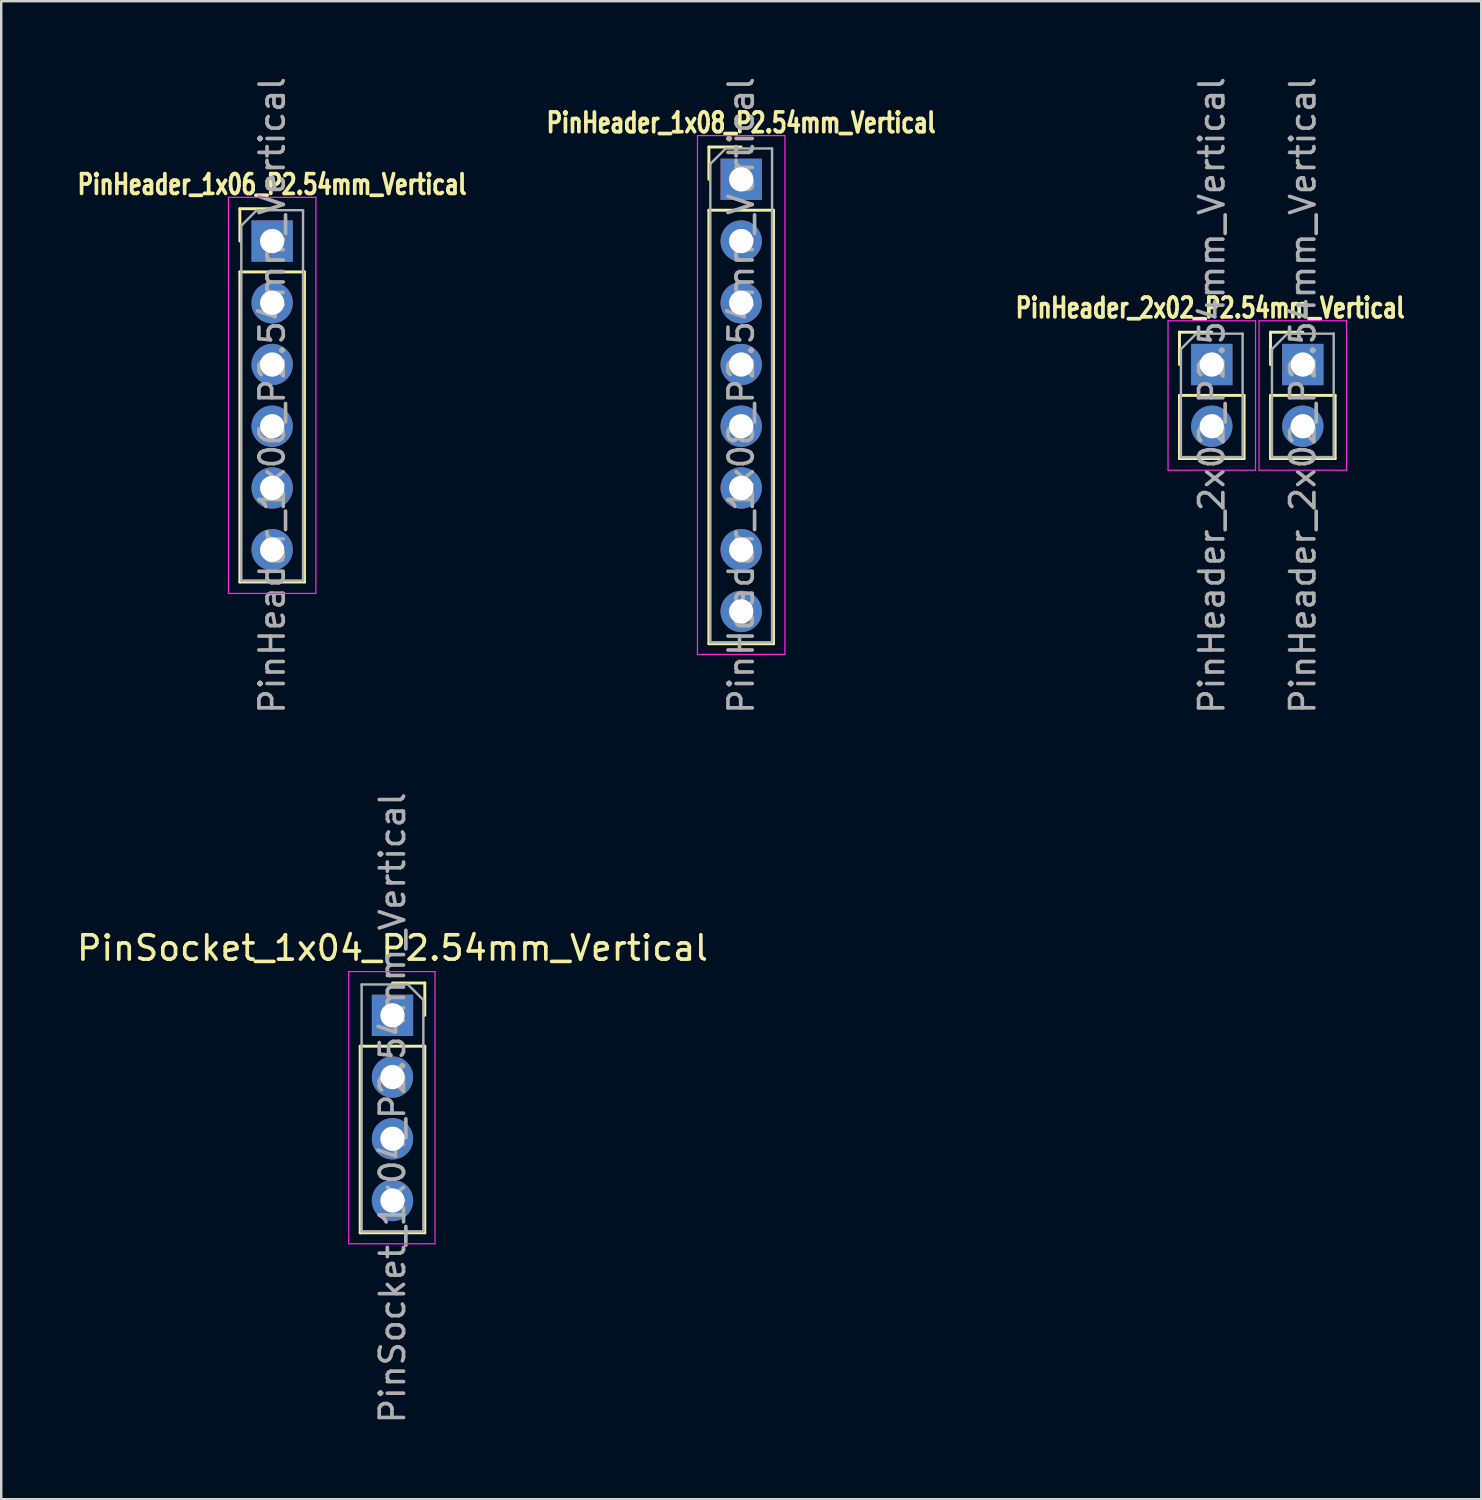
<source format=kicad_pcb>
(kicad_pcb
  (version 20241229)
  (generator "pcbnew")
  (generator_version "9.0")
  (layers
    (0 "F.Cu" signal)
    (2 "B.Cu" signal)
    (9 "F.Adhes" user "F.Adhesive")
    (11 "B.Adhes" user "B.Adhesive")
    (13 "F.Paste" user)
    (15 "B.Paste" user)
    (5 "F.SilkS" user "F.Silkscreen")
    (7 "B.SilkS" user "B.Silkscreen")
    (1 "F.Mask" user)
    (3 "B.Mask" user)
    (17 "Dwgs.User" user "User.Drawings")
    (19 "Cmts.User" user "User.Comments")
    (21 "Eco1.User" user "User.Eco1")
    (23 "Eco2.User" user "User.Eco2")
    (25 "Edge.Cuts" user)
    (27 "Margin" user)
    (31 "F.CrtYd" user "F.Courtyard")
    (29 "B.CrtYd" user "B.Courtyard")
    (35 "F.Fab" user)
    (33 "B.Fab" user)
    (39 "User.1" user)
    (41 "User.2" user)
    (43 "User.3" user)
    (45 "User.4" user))
  (footprint "PinSocket_1x04_P2.54mm_Vertical"
    (layer "F.Cu")
    (at 13.101 38.732)
    (property "Reference" "PinSocket_1x04_P2.54mm_Vertical" (at 0 -2.77 0) (layer "F.SilkS") (effects (font (size 1 1) (thickness 0.15))))
    (attr through_hole)
    (fp_line (start -1.33 1.27) (end -1.33 8.95) (stroke (width 0.12) (type solid)) (layer "F.SilkS"))
    (fp_line (start -1.33 1.27) (end 1.33 1.27) (stroke (width 0.12) (type solid)) (layer "F.SilkS"))
    (fp_line (start -1.33 8.95) (end 1.33 8.95) (stroke (width 0.12) (type solid)) (layer "F.SilkS"))
    (fp_line (start 0 -1.33) (end 1.33 -1.33) (stroke (width 0.12) (type solid)) (layer "F.SilkS"))
    (fp_line (start 1.33 -1.33) (end 1.33 0) (stroke (width 0.12) (type solid)) (layer "F.SilkS"))
    (fp_line (start 1.33 1.27) (end 1.33 8.95) (stroke (width 0.12) (type solid)) (layer "F.SilkS"))
    (fp_line (start -1.8 -1.8) (end 1.75 -1.8) (stroke (width 0.05) (type solid)) (layer "F.CrtYd"))
    (fp_line (start -1.8 9.4) (end -1.8 -1.8) (stroke (width 0.05) (type solid)) (layer "F.CrtYd"))
    (fp_line (start 1.75 -1.8) (end 1.75 9.4) (stroke (width 0.05) (type solid)) (layer "F.CrtYd"))
    (fp_line (start 1.75 9.4) (end -1.8 9.4) (stroke (width 0.05) (type solid)) (layer "F.CrtYd"))
    (fp_line (start -1.27 -1.27) (end 0.635 -1.27) (stroke (width 0.1) (type solid)) (layer "F.Fab"))
    (fp_line (start -1.27 8.89) (end -1.27 -1.27) (stroke (width 0.1) (type solid)) (layer "F.Fab"))
    (fp_line (start 0.635 -1.27) (end 1.27 -0.635) (stroke (width 0.1) (type solid)) (layer "F.Fab"))
    (fp_line (start 1.27 -0.635) (end 1.27 8.89) (stroke (width 0.1) (type solid)) (layer "F.Fab"))
    (fp_line (start 1.27 8.89) (end -1.27 8.89) (stroke (width 0.1) (type solid)) (layer "F.Fab"))
    (fp_text user "${REFERENCE}" (at 0 3.81 90) (layer "F.Fab") (effects (font (size 1 1) (thickness 0.15))))
    (pad "1" thru_hole rect (at 0 0) (size 1.7 1.7) (drill 1) (layers "*.Cu" "*.Mask"))
    (pad "2" thru_hole oval (at 0 2.54) (size 1.7 1.7) (drill 1) (layers "*.Cu" "*.Mask"))
    (pad "3" thru_hole oval (at 0 5.08) (size 1.7 1.7) (drill 1) (layers "*.Cu" "*.Mask"))
    (pad "4" thru_hole oval (at 0 7.62) (size 1.7 1.7) (drill 1) (layers "*.Cu" "*.Mask")))
  (footprint "PinHeader_2x02_P2.54mm_Vertical"
    (layer "F.Cu")
    (at 48.403 13.157)
    (property "Reference" "PinHeader_2x02_P2.54mm_Vertical" (at -1.651 -3.537 0) (layer "F.SilkS") (effects (font (size 0.813 0.61) (thickness 0.152))))
    (attr through_hole)
    (fp_line (start -2.917 -2.537) (end -1.587 -2.537) (stroke (width 0.12) (type solid)) (layer "F.SilkS"))
    (fp_line (start -2.917 -1.206) (end -2.917 -2.537) (stroke (width 0.12) (type solid)) (layer "F.SilkS"))
    (fp_line (start -2.917 0.064) (end -2.917 2.663) (stroke (width 0.12) (type solid)) (layer "F.SilkS"))
    (fp_line (start -2.917 0.064) (end -0.258 0.064) (stroke (width 0.12) (type solid)) (layer "F.SilkS"))
    (fp_line (start -2.917 2.663) (end -0.258 2.663) (stroke (width 0.12) (type solid)) (layer "F.SilkS"))
    (fp_line (start -0.258 0.064) (end -0.258 2.663) (stroke (width 0.12) (type solid)) (layer "F.SilkS"))
    (fp_line (start 0.829 -2.537) (end 2.159 -2.537) (stroke (width 0.12) (type solid)) (layer "F.SilkS"))
    (fp_line (start 0.829 -1.206) (end 0.829 -2.537) (stroke (width 0.12) (type solid)) (layer "F.SilkS"))
    (fp_line (start 0.829 0.064) (end 0.829 2.663) (stroke (width 0.12) (type solid)) (layer "F.SilkS"))
    (fp_line (start 0.829 0.064) (end 3.489 0.064) (stroke (width 0.12) (type solid)) (layer "F.SilkS"))
    (fp_line (start 0.829 2.663) (end 3.489 2.663) (stroke (width 0.12) (type solid)) (layer "F.SilkS"))
    (fp_line (start 3.489 0.064) (end 3.489 2.663) (stroke (width 0.12) (type solid)) (layer "F.SilkS"))
    (fp_line (start -3.388 -3.006) (end -3.388 3.143) (stroke (width 0.05) (type solid)) (layer "F.CrtYd"))
    (fp_line (start -3.388 3.143) (end 0.212 3.143) (stroke (width 0.05) (type solid)) (layer "F.CrtYd"))
    (fp_line (start 0.212 -3.006) (end -3.388 -3.006) (stroke (width 0.05) (type solid)) (layer "F.CrtYd"))
    (fp_line (start 0.212 3.143) (end 0.212 -3.006) (stroke (width 0.05) (type solid)) (layer "F.CrtYd"))
    (fp_line (start 0.359 -3.006) (end 0.359 3.143) (stroke (width 0.05) (type solid)) (layer "F.CrtYd"))
    (fp_line (start 0.359 3.143) (end 3.959 3.143) (stroke (width 0.05) (type solid)) (layer "F.CrtYd"))
    (fp_line (start 3.959 -3.006) (end 0.359 -3.006) (stroke (width 0.05) (type solid)) (layer "F.CrtYd"))
    (fp_line (start 3.959 3.143) (end 3.959 -3.006) (stroke (width 0.05) (type solid)) (layer "F.CrtYd"))
    (fp_line (start -2.857 -1.841) (end -2.223 -2.477) (stroke (width 0.1) (type solid)) (layer "F.Fab"))
    (fp_line (start -2.857 2.603) (end -2.857 -1.841) (stroke (width 0.1) (type solid)) (layer "F.Fab"))
    (fp_line (start -2.223 -2.477) (end -0.318 -2.477) (stroke (width 0.1) (type solid)) (layer "F.Fab"))
    (fp_line (start -0.318 -2.477) (end -0.318 2.603) (stroke (width 0.1) (type solid)) (layer "F.Fab"))
    (fp_line (start -0.318 2.603) (end -2.857 2.603) (stroke (width 0.1) (type solid)) (layer "F.Fab"))
    (fp_line (start 0.889 -1.841) (end 1.524 -2.477) (stroke (width 0.1) (type solid)) (layer "F.Fab"))
    (fp_line (start 0.889 2.603) (end 0.889 -1.841) (stroke (width 0.1) (type solid)) (layer "F.Fab"))
    (fp_line (start 1.524 -2.477) (end 3.429 -2.477) (stroke (width 0.1) (type solid)) (layer "F.Fab"))
    (fp_line (start 3.429 -2.477) (end 3.429 2.603) (stroke (width 0.1) (type solid)) (layer "F.Fab"))
    (fp_line (start 3.429 2.603) (end 0.889 2.603) (stroke (width 0.1) (type solid)) (layer "F.Fab"))
    (fp_text user "${REFERENCE}" (at 2.159 0.064 90) (layer "F.Fab") (effects (font (size 1 1) (thickness 0.15))))
    (fp_text user "${REFERENCE}" (at -1.587 0.064 90) (layer "F.Fab") (effects (font (size 1 1) (thickness 0.15))))
    (pad "1" thru_hole rect (at -1.587 -1.206) (size 1.7 1.7) (drill 1) (layers "*.Cu" "*.Mask"))
    (pad "2" thru_hole rect (at 2.159 -1.206) (size 1.7 1.7) (drill 1) (layers "*.Cu" "*.Mask"))
    (pad "3" thru_hole oval (at 2.159 1.333) (size 1.7 1.7) (drill 1) (layers "*.Cu" "*.Mask"))
    (pad "4" thru_hole oval (at -1.587 1.333) (size 1.7 1.7) (drill 1) (layers "*.Cu" "*.Mask")))
  (footprint "PinHeader_1x06_P2.54mm_Vertical"
    (layer "F.Cu")
    (at 8.15 6.87)
    (property "Reference" "PinHeader_1x06_P2.54mm_Vertical" (at 0 -2.33 0) (layer "F.SilkS") (effects (font (size 0.813 0.61) (thickness 0.152))))
    (attr through_hole)
    (fp_line (start -1.33 -1.33) (end 0 -1.33) (stroke (width 0.12) (type solid)) (layer "F.SilkS"))
    (fp_line (start -1.33 0) (end -1.33 -1.33) (stroke (width 0.12) (type solid)) (layer "F.SilkS"))
    (fp_line (start -1.33 1.27) (end -1.33 14.03) (stroke (width 0.12) (type solid)) (layer "F.SilkS"))
    (fp_line (start -1.33 1.27) (end 1.33 1.27) (stroke (width 0.12) (type solid)) (layer "F.SilkS"))
    (fp_line (start -1.33 14.03) (end 1.33 14.03) (stroke (width 0.12) (type solid)) (layer "F.SilkS"))
    (fp_line (start 1.33 1.27) (end 1.33 14.03) (stroke (width 0.12) (type solid)) (layer "F.SilkS"))
    (fp_line (start -1.8 -1.8) (end -1.8 14.5) (stroke (width 0.05) (type solid)) (layer "F.CrtYd"))
    (fp_line (start -1.8 14.5) (end 1.8 14.5) (stroke (width 0.05) (type solid)) (layer "F.CrtYd"))
    (fp_line (start 1.8 -1.8) (end -1.8 -1.8) (stroke (width 0.05) (type solid)) (layer "F.CrtYd"))
    (fp_line (start 1.8 14.5) (end 1.8 -1.8) (stroke (width 0.05) (type solid)) (layer "F.CrtYd"))
    (fp_line (start -1.27 -0.635) (end -0.635 -1.27) (stroke (width 0.1) (type solid)) (layer "F.Fab"))
    (fp_line (start -1.27 13.97) (end -1.27 -0.635) (stroke (width 0.1) (type solid)) (layer "F.Fab"))
    (fp_line (start -0.635 -1.27) (end 1.27 -1.27) (stroke (width 0.1) (type solid)) (layer "F.Fab"))
    (fp_line (start 1.27 -1.27) (end 1.27 13.97) (stroke (width 0.1) (type solid)) (layer "F.Fab"))
    (fp_line (start 1.27 13.97) (end -1.27 13.97) (stroke (width 0.1) (type solid)) (layer "F.Fab"))
    (fp_text user "${REFERENCE}" (at 0 6.35 90) (layer "F.Fab") (effects (font (size 1 1) (thickness 0.15))))
    (pad "1" thru_hole rect (at 0 0) (size 1.7 1.7) (drill 1) (layers "*.Cu" "*.Mask"))
    (pad "2" thru_hole oval (at 0 2.54) (size 1.7 1.7) (drill 1) (layers "*.Cu" "*.Mask"))
    (pad "3" thru_hole oval (at 0 5.08) (size 1.7 1.7) (drill 1) (layers "*.Cu" "*.Mask"))
    (pad "4" thru_hole oval (at 0 7.62) (size 1.7 1.7) (drill 1) (layers "*.Cu" "*.Mask"))
    (pad "5" thru_hole oval (at 0 10.16) (size 1.7 1.7) (drill 1) (layers "*.Cu" "*.Mask"))
    (pad "6" thru_hole oval (at 0 12.7) (size 1.7 1.7) (drill 1) (layers "*.Cu" "*.Mask")))
  (footprint "PinHeader_1x08_P2.54mm_Vertical"
    (layer "F.Cu")
    (at 27.451 4.33)
    (property "Reference" "PinHeader_1x08_P2.54mm_Vertical" (at 0 -2.33 0) (layer "F.SilkS") (effects (font (size 0.813 0.61) (thickness 0.152))))
    (attr through_hole)
    (fp_line (start -1.33 -1.33) (end 0 -1.33) (stroke (width 0.12) (type solid)) (layer "F.SilkS"))
    (fp_line (start -1.33 0) (end -1.33 -1.33) (stroke (width 0.12) (type solid)) (layer "F.SilkS"))
    (fp_line (start -1.33 1.27) (end -1.33 19.11) (stroke (width 0.12) (type solid)) (layer "F.SilkS"))
    (fp_line (start -1.33 1.27) (end 1.33 1.27) (stroke (width 0.12) (type solid)) (layer "F.SilkS"))
    (fp_line (start -1.33 19.11) (end 1.33 19.11) (stroke (width 0.12) (type solid)) (layer "F.SilkS"))
    (fp_line (start 1.33 1.27) (end 1.33 19.11) (stroke (width 0.12) (type solid)) (layer "F.SilkS"))
    (fp_line (start -1.8 -1.8) (end -1.8 19.55) (stroke (width 0.05) (type solid)) (layer "F.CrtYd"))
    (fp_line (start -1.8 19.55) (end 1.8 19.55) (stroke (width 0.05) (type solid)) (layer "F.CrtYd"))
    (fp_line (start 1.8 -1.8) (end -1.8 -1.8) (stroke (width 0.05) (type solid)) (layer "F.CrtYd"))
    (fp_line (start 1.8 19.55) (end 1.8 -1.8) (stroke (width 0.05) (type solid)) (layer "F.CrtYd"))
    (fp_line (start -1.27 -0.635) (end -0.635 -1.27) (stroke (width 0.1) (type solid)) (layer "F.Fab"))
    (fp_line (start -1.27 19.05) (end -1.27 -0.635) (stroke (width 0.1) (type solid)) (layer "F.Fab"))
    (fp_line (start -0.635 -1.27) (end 1.27 -1.27) (stroke (width 0.1) (type solid)) (layer "F.Fab"))
    (fp_line (start 1.27 -1.27) (end 1.27 19.05) (stroke (width 0.1) (type solid)) (layer "F.Fab"))
    (fp_line (start 1.27 19.05) (end -1.27 19.05) (stroke (width 0.1) (type solid)) (layer "F.Fab"))
    (fp_text user "${REFERENCE}" (at 0 8.89 90) (layer "F.Fab") (effects (font (size 1 1) (thickness 0.15))))
    (pad "1" thru_hole rect (at 0 0) (size 1.7 1.7) (drill 1) (layers "*.Cu" "*.Mask"))
    (pad "2" thru_hole oval (at 0 2.54) (size 1.7 1.7) (drill 1) (layers "*.Cu" "*.Mask"))
    (pad "3" thru_hole oval (at 0 5.08) (size 1.7 1.7) (drill 1) (layers "*.Cu" "*.Mask"))
    (pad "4" thru_hole oval (at 0 7.62) (size 1.7 1.7) (drill 1) (layers "*.Cu" "*.Mask"))
    (pad "5" thru_hole oval (at 0 10.16) (size 1.7 1.7) (drill 1) (layers "*.Cu" "*.Mask"))
    (pad "6" thru_hole oval (at 0 12.7) (size 1.7 1.7) (drill 1) (layers "*.Cu" "*.Mask"))
    (pad "7" thru_hole oval (at 0 15.24) (size 1.7 1.7) (drill 1) (layers "*.Cu" "*.Mask"))
    (pad "8" thru_hole oval (at 0 17.78) (size 1.7 1.7) (drill 1) (layers "*.Cu" "*.Mask")))
  (gr_rect
    (start -3 -3)
    (end 57.903 58.643)
    (stroke (width 0.1) (type default))
    (fill no)
    (layer "Edge.Cuts")))
</source>
